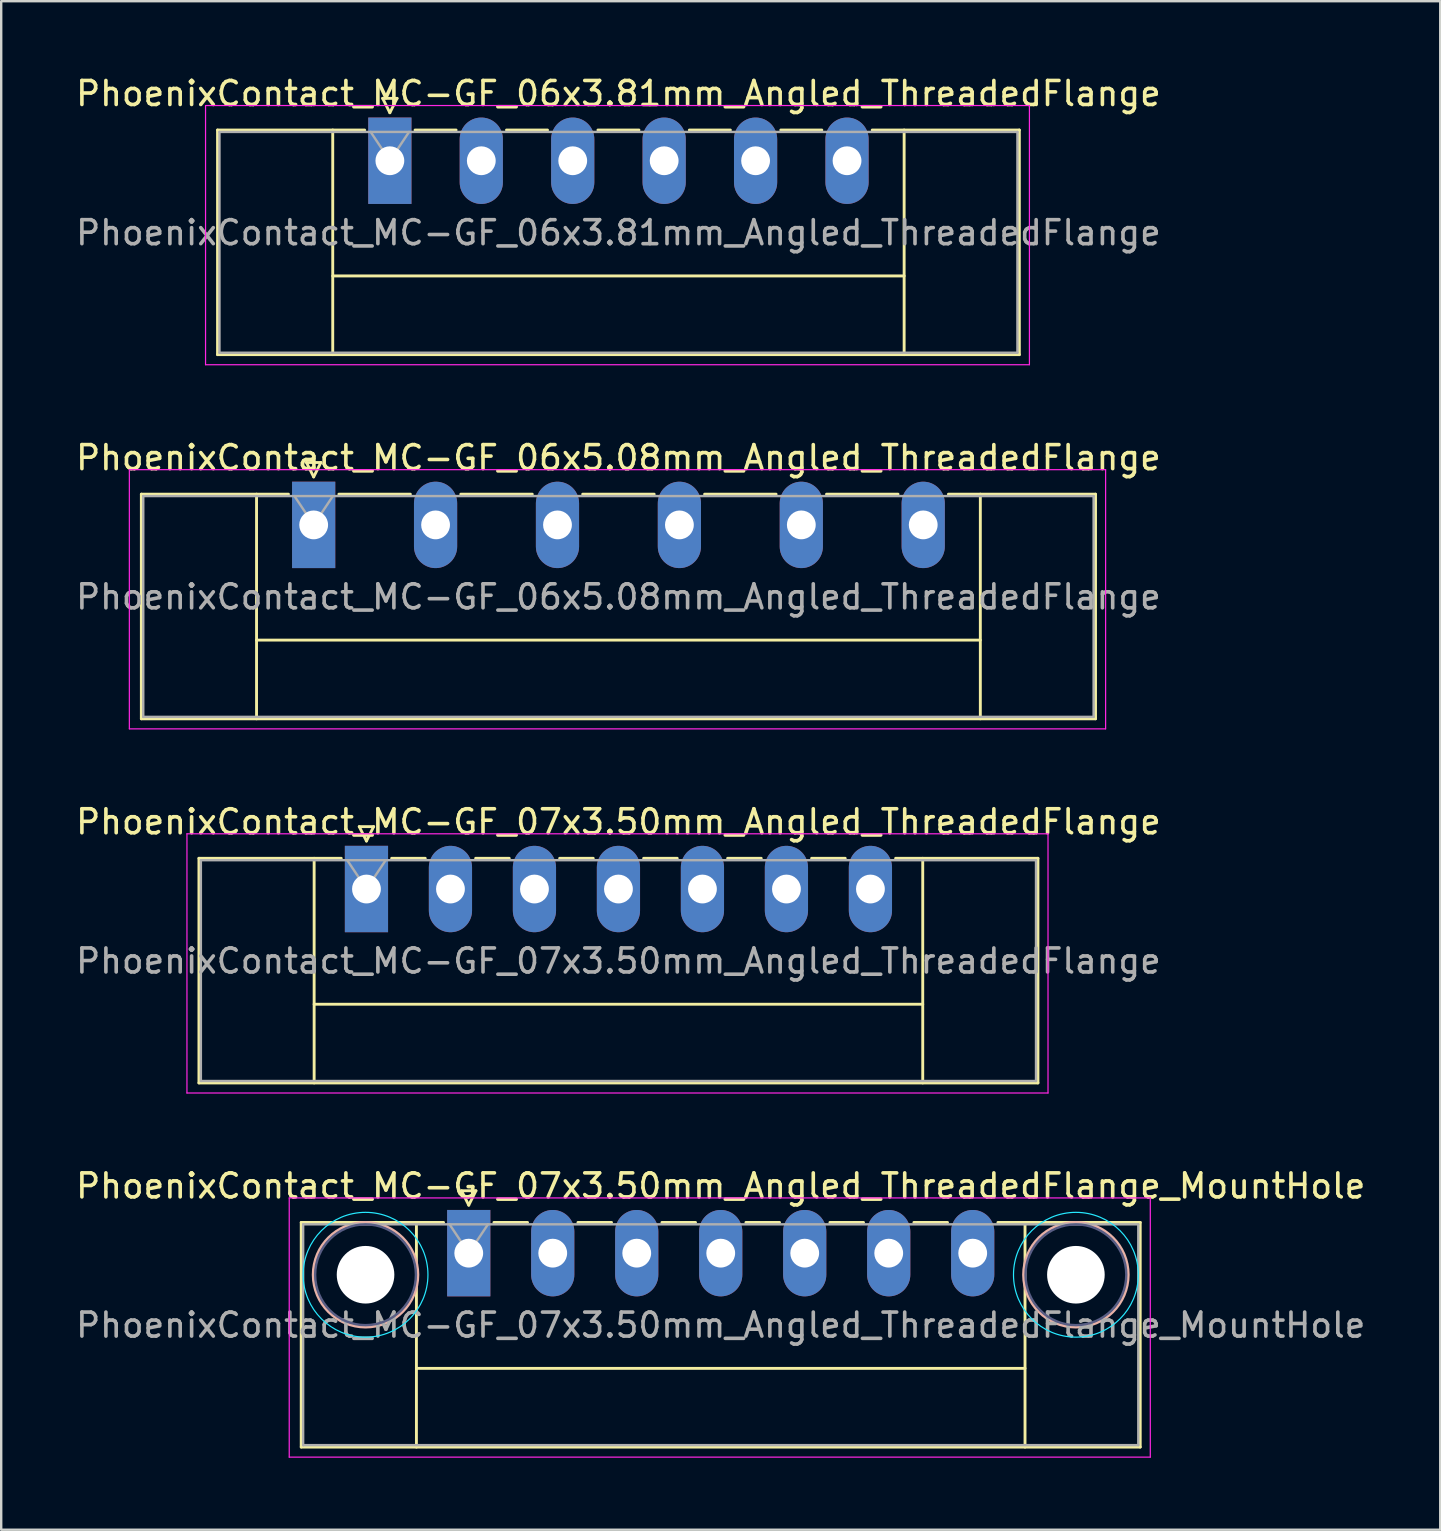
<source format=kicad_pcb>
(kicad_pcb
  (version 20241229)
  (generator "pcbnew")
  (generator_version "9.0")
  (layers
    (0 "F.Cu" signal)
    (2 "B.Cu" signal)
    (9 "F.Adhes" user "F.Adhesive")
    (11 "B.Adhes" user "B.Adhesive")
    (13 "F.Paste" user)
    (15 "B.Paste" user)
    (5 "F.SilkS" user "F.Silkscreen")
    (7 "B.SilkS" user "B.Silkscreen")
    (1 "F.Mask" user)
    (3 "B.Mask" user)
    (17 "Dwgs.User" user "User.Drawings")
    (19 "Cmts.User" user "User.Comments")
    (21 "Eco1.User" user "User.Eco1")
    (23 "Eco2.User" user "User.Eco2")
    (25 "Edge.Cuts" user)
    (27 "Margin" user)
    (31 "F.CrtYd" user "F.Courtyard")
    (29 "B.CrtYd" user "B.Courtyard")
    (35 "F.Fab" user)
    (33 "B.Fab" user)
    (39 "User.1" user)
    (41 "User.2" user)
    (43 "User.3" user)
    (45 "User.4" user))
  (footprint "PhoenixContact_MC-GF_06x3.81mm_Angled_ThreadedFlange"
    (layer "F.Cu")
    (at 13.195 3.648)
    (property "Reference" "PhoenixContact_MC-GF_06x3.81mm_Angled_ThreadedFlange" (at 9.525 -2.8 0) (layer "F.SilkS") (effects (font (size 1 1) (thickness 0.15))))
    (attr through_hole)
    (fp_line (start -7.18 -1.28) (end -7.18 8.08) (stroke (width 0.12) (type solid)) (layer "F.SilkS"))
    (fp_line (start -7.18 -1.28) (end -1.05 -1.28) (stroke (width 0.12) (type solid)) (layer "F.SilkS"))
    (fp_line (start -7.18 8.08) (end 26.23 8.08) (stroke (width 0.12) (type solid)) (layer "F.SilkS"))
    (fp_line (start -2.38 -1.28) (end -2.38 8.08) (stroke (width 0.12) (type solid)) (layer "F.SilkS"))
    (fp_line (start -2.38 4.8) (end 21.43 4.8) (stroke (width 0.12) (type solid)) (layer "F.SilkS"))
    (fp_line (start -0.3 -2.6) (end 0.3 -2.6) (stroke (width 0.12) (type solid)) (layer "F.SilkS"))
    (fp_line (start 0 -2) (end -0.3 -2.6) (stroke (width 0.12) (type solid)) (layer "F.SilkS"))
    (fp_line (start 0.3 -2.6) (end 0 -2) (stroke (width 0.12) (type solid)) (layer "F.SilkS"))
    (fp_line (start 1.05 -1.28) (end 2.76 -1.28) (stroke (width 0.12) (type solid)) (layer "F.SilkS"))
    (fp_line (start 4.86 -1.28) (end 6.57 -1.28) (stroke (width 0.12) (type solid)) (layer "F.SilkS"))
    (fp_line (start 8.67 -1.28) (end 10.38 -1.28) (stroke (width 0.12) (type solid)) (layer "F.SilkS"))
    (fp_line (start 12.48 -1.28) (end 14.19 -1.28) (stroke (width 0.12) (type solid)) (layer "F.SilkS"))
    (fp_line (start 16.29 -1.28) (end 18 -1.28) (stroke (width 0.12) (type solid)) (layer "F.SilkS"))
    (fp_line (start 21.43 -1.28) (end 21.43 8.08) (stroke (width 0.12) (type solid)) (layer "F.SilkS"))
    (fp_line (start 26.23 -1.28) (end 20.1 -1.28) (stroke (width 0.12) (type solid)) (layer "F.SilkS"))
    (fp_line (start 26.23 8.08) (end 26.23 -1.28) (stroke (width 0.12) (type solid)) (layer "F.SilkS"))
    (fp_line (start -7.68 -2.3) (end -7.68 8.5) (stroke (width 0.05) (type solid)) (layer "F.CrtYd"))
    (fp_line (start -7.68 8.5) (end 26.65 8.5) (stroke (width 0.05) (type solid)) (layer "F.CrtYd"))
    (fp_line (start 26.65 -2.3) (end -7.68 -2.3) (stroke (width 0.05) (type solid)) (layer "F.CrtYd"))
    (fp_line (start 26.65 8.5) (end 26.65 -2.3) (stroke (width 0.05) (type solid)) (layer "F.CrtYd"))
    (fp_line (start -7.1 -1.2) (end -7.1 8) (stroke (width 0.1) (type solid)) (layer "F.Fab"))
    (fp_line (start -7.1 8) (end 26.15 8) (stroke (width 0.1) (type solid)) (layer "F.Fab"))
    (fp_line (start 0 0) (end -0.8 -1.2) (stroke (width 0.1) (type solid)) (layer "F.Fab"))
    (fp_line (start 0.8 -1.2) (end 0 0) (stroke (width 0.1) (type solid)) (layer "F.Fab"))
    (fp_line (start 26.15 -1.2) (end -7.1 -1.2) (stroke (width 0.1) (type solid)) (layer "F.Fab"))
    (fp_line (start 26.15 8) (end 26.15 -1.2) (stroke (width 0.1) (type solid)) (layer "F.Fab"))
    (fp_text user "${REFERENCE}" (at 9.525 3 0) (layer "F.Fab") (effects (font (size 1 1) (thickness 0.15))))
    (pad "1" thru_hole rect (at 0 0) (size 1.8 3.6) (drill 1.2) (layers "*.Cu" "*.Mask"))
    (pad "2" thru_hole oval (at 3.81 0) (size 1.8 3.6) (drill 1.2) (layers "*.Cu" "*.Mask"))
    (pad "3" thru_hole oval (at 7.62 0) (size 1.8 3.6) (drill 1.2) (layers "*.Cu" "*.Mask"))
    (pad "4" thru_hole oval (at 11.43 0) (size 1.8 3.6) (drill 1.2) (layers "*.Cu" "*.Mask"))
    (pad "5" thru_hole oval (at 15.24 0) (size 1.8 3.6) (drill 1.2) (layers "*.Cu" "*.Mask"))
    (pad "6" thru_hole oval (at 19.05 0) (size 1.8 3.6) (drill 1.2) (layers "*.Cu" "*.Mask")))
  (footprint "PhoenixContact_MC-GF_06x5.08mm_Angled_ThreadedFlange"
    (layer "F.Cu")
    (at 10.02 18.822)
    (property "Reference" "PhoenixContact_MC-GF_06x5.08mm_Angled_ThreadedFlange" (at 12.7 -2.8 0) (layer "F.SilkS") (effects (font (size 1 1) (thickness 0.15))))
    (attr through_hole)
    (fp_line (start -7.18 -1.28) (end -7.18 8.08) (stroke (width 0.12) (type solid)) (layer "F.SilkS"))
    (fp_line (start -7.18 -1.28) (end -1.05 -1.28) (stroke (width 0.12) (type solid)) (layer "F.SilkS"))
    (fp_line (start -7.18 8.08) (end 32.58 8.08) (stroke (width 0.12) (type solid)) (layer "F.SilkS"))
    (fp_line (start -2.38 -1.28) (end -2.38 8.08) (stroke (width 0.12) (type solid)) (layer "F.SilkS"))
    (fp_line (start -2.38 4.8) (end 27.78 4.8) (stroke (width 0.12) (type solid)) (layer "F.SilkS"))
    (fp_line (start -0.3 -2.6) (end 0.3 -2.6) (stroke (width 0.12) (type solid)) (layer "F.SilkS"))
    (fp_line (start 0 -2) (end -0.3 -2.6) (stroke (width 0.12) (type solid)) (layer "F.SilkS"))
    (fp_line (start 0.3 -2.6) (end 0 -2) (stroke (width 0.12) (type solid)) (layer "F.SilkS"))
    (fp_line (start 1.05 -1.28) (end 4.03 -1.28) (stroke (width 0.12) (type solid)) (layer "F.SilkS"))
    (fp_line (start 6.13 -1.28) (end 9.11 -1.28) (stroke (width 0.12) (type solid)) (layer "F.SilkS"))
    (fp_line (start 11.21 -1.28) (end 14.19 -1.28) (stroke (width 0.12) (type solid)) (layer "F.SilkS"))
    (fp_line (start 16.29 -1.28) (end 19.27 -1.28) (stroke (width 0.12) (type solid)) (layer "F.SilkS"))
    (fp_line (start 21.37 -1.28) (end 24.35 -1.28) (stroke (width 0.12) (type solid)) (layer "F.SilkS"))
    (fp_line (start 27.78 -1.28) (end 27.78 8.08) (stroke (width 0.12) (type solid)) (layer "F.SilkS"))
    (fp_line (start 32.58 -1.28) (end 26.45 -1.28) (stroke (width 0.12) (type solid)) (layer "F.SilkS"))
    (fp_line (start 32.58 8.08) (end 32.58 -1.28) (stroke (width 0.12) (type solid)) (layer "F.SilkS"))
    (fp_line (start -7.68 -2.3) (end -7.68 8.5) (stroke (width 0.05) (type solid)) (layer "F.CrtYd"))
    (fp_line (start -7.68 8.5) (end 33 8.5) (stroke (width 0.05) (type solid)) (layer "F.CrtYd"))
    (fp_line (start 33 -2.3) (end -7.68 -2.3) (stroke (width 0.05) (type solid)) (layer "F.CrtYd"))
    (fp_line (start 33 8.5) (end 33 -2.3) (stroke (width 0.05) (type solid)) (layer "F.CrtYd"))
    (fp_line (start -7.1 -1.2) (end -7.1 8) (stroke (width 0.1) (type solid)) (layer "F.Fab"))
    (fp_line (start -7.1 8) (end 32.5 8) (stroke (width 0.1) (type solid)) (layer "F.Fab"))
    (fp_line (start 0 0) (end -0.8 -1.2) (stroke (width 0.1) (type solid)) (layer "F.Fab"))
    (fp_line (start 0.8 -1.2) (end 0 0) (stroke (width 0.1) (type solid)) (layer "F.Fab"))
    (fp_line (start 32.5 -1.2) (end -7.1 -1.2) (stroke (width 0.1) (type solid)) (layer "F.Fab"))
    (fp_line (start 32.5 8) (end 32.5 -1.2) (stroke (width 0.1) (type solid)) (layer "F.Fab"))
    (fp_text user "${REFERENCE}" (at 12.7 3 0) (layer "F.Fab") (effects (font (size 1 1) (thickness 0.15))))
    (pad "1" thru_hole rect (at 0 0) (size 1.8 3.6) (drill 1.2) (layers "*.Cu" "*.Mask"))
    (pad "2" thru_hole oval (at 5.08 0) (size 1.8 3.6) (drill 1.2) (layers "*.Cu" "*.Mask"))
    (pad "3" thru_hole oval (at 10.16 0) (size 1.8 3.6) (drill 1.2) (layers "*.Cu" "*.Mask"))
    (pad "4" thru_hole oval (at 15.24 0) (size 1.8 3.6) (drill 1.2) (layers "*.Cu" "*.Mask"))
    (pad "5" thru_hole oval (at 20.32 0) (size 1.8 3.6) (drill 1.2) (layers "*.Cu" "*.Mask"))
    (pad "6" thru_hole oval (at 25.4 0) (size 1.8 3.6) (drill 1.2) (layers "*.Cu" "*.Mask")))
  (footprint "PhoenixContact_MC-GF_07x3.50mm_Angled_ThreadedFlange"
    (layer "F.Cu")
    (at 12.22 33.995)
    (property "Reference" "PhoenixContact_MC-GF_07x3.50mm_Angled_ThreadedFlange" (at 10.5 -2.8 0) (layer "F.SilkS") (effects (font (size 1 1) (thickness 0.15))))
    (attr through_hole)
    (fp_line (start -6.98 -1.28) (end -6.98 8.08) (stroke (width 0.12) (type solid)) (layer "F.SilkS"))
    (fp_line (start -6.98 -1.28) (end -1.05 -1.28) (stroke (width 0.12) (type solid)) (layer "F.SilkS"))
    (fp_line (start -6.98 8.08) (end 27.98 8.08) (stroke (width 0.12) (type solid)) (layer "F.SilkS"))
    (fp_line (start -2.18 -1.28) (end -2.18 8.08) (stroke (width 0.12) (type solid)) (layer "F.SilkS"))
    (fp_line (start -2.18 4.8) (end 23.18 4.8) (stroke (width 0.12) (type solid)) (layer "F.SilkS"))
    (fp_line (start -0.3 -2.6) (end 0.3 -2.6) (stroke (width 0.12) (type solid)) (layer "F.SilkS"))
    (fp_line (start 0 -2) (end -0.3 -2.6) (stroke (width 0.12) (type solid)) (layer "F.SilkS"))
    (fp_line (start 0.3 -2.6) (end 0 -2) (stroke (width 0.12) (type solid)) (layer "F.SilkS"))
    (fp_line (start 1.05 -1.28) (end 2.45 -1.28) (stroke (width 0.12) (type solid)) (layer "F.SilkS"))
    (fp_line (start 4.55 -1.28) (end 5.95 -1.28) (stroke (width 0.12) (type solid)) (layer "F.SilkS"))
    (fp_line (start 8.05 -1.28) (end 9.45 -1.28) (stroke (width 0.12) (type solid)) (layer "F.SilkS"))
    (fp_line (start 11.55 -1.28) (end 12.95 -1.28) (stroke (width 0.12) (type solid)) (layer "F.SilkS"))
    (fp_line (start 15.05 -1.28) (end 16.45 -1.28) (stroke (width 0.12) (type solid)) (layer "F.SilkS"))
    (fp_line (start 18.55 -1.28) (end 19.95 -1.28) (stroke (width 0.12) (type solid)) (layer "F.SilkS"))
    (fp_line (start 23.18 -1.28) (end 23.18 8.08) (stroke (width 0.12) (type solid)) (layer "F.SilkS"))
    (fp_line (start 27.98 -1.28) (end 22.05 -1.28) (stroke (width 0.12) (type solid)) (layer "F.SilkS"))
    (fp_line (start 27.98 8.08) (end 27.98 -1.28) (stroke (width 0.12) (type solid)) (layer "F.SilkS"))
    (fp_line (start -7.48 -2.3) (end -7.48 8.5) (stroke (width 0.05) (type solid)) (layer "F.CrtYd"))
    (fp_line (start -7.48 8.5) (end 28.4 8.5) (stroke (width 0.05) (type solid)) (layer "F.CrtYd"))
    (fp_line (start 28.4 -2.3) (end -7.48 -2.3) (stroke (width 0.05) (type solid)) (layer "F.CrtYd"))
    (fp_line (start 28.4 8.5) (end 28.4 -2.3) (stroke (width 0.05) (type solid)) (layer "F.CrtYd"))
    (fp_line (start -6.9 -1.2) (end -6.9 8) (stroke (width 0.1) (type solid)) (layer "F.Fab"))
    (fp_line (start -6.9 8) (end 27.9 8) (stroke (width 0.1) (type solid)) (layer "F.Fab"))
    (fp_line (start 0 0) (end -0.8 -1.2) (stroke (width 0.1) (type solid)) (layer "F.Fab"))
    (fp_line (start 0.8 -1.2) (end 0 0) (stroke (width 0.1) (type solid)) (layer "F.Fab"))
    (fp_line (start 27.9 -1.2) (end -6.9 -1.2) (stroke (width 0.1) (type solid)) (layer "F.Fab"))
    (fp_line (start 27.9 8) (end 27.9 -1.2) (stroke (width 0.1) (type solid)) (layer "F.Fab"))
    (fp_text user "${REFERENCE}" (at 10.5 3 0) (layer "F.Fab") (effects (font (size 1 1) (thickness 0.15))))
    (pad "1" thru_hole rect (at 0 0) (size 1.8 3.6) (drill 1.2) (layers "*.Cu" "*.Mask"))
    (pad "2" thru_hole oval (at 3.5 0) (size 1.8 3.6) (drill 1.2) (layers "*.Cu" "*.Mask"))
    (pad "3" thru_hole oval (at 7 0) (size 1.8 3.6) (drill 1.2) (layers "*.Cu" "*.Mask"))
    (pad "4" thru_hole oval (at 10.5 0) (size 1.8 3.6) (drill 1.2) (layers "*.Cu" "*.Mask"))
    (pad "5" thru_hole oval (at 14 0) (size 1.8 3.6) (drill 1.2) (layers "*.Cu" "*.Mask"))
    (pad "6" thru_hole oval (at 17.5 0) (size 1.8 3.6) (drill 1.2) (layers "*.Cu" "*.Mask"))
    (pad "7" thru_hole oval (at 21 0) (size 1.8 3.6) (drill 1.2) (layers "*.Cu" "*.Mask")))
  (footprint "PhoenixContact_MC-GF_07x3.50mm_Angled_ThreadedFlange_MountHole"
    (layer "F.Cu")
    (at 16.482 49.168)
    (property "Reference" "PhoenixContact_MC-GF_07x3.50mm_Angled_ThreadedFlange_MountHole" (at 10.5 -2.8 0) (layer "F.SilkS") (effects (font (size 1 1) (thickness 0.15))))
    (attr through_hole)
    (fp_line (start -6.98 -1.28) (end -6.98 8.08) (stroke (width 0.12) (type solid)) (layer "F.SilkS"))
    (fp_line (start -6.98 -1.28) (end -1.05 -1.28) (stroke (width 0.12) (type solid)) (layer "F.SilkS"))
    (fp_line (start -6.98 8.08) (end 27.98 8.08) (stroke (width 0.12) (type solid)) (layer "F.SilkS"))
    (fp_line (start -2.18 -1.28) (end -2.18 8.08) (stroke (width 0.12) (type solid)) (layer "F.SilkS"))
    (fp_line (start -2.18 4.8) (end 23.18 4.8) (stroke (width 0.12) (type solid)) (layer "F.SilkS"))
    (fp_line (start -0.3 -2.6) (end 0.3 -2.6) (stroke (width 0.12) (type solid)) (layer "F.SilkS"))
    (fp_line (start 0 -2) (end -0.3 -2.6) (stroke (width 0.12) (type solid)) (layer "F.SilkS"))
    (fp_line (start 0.3 -2.6) (end 0 -2) (stroke (width 0.12) (type solid)) (layer "F.SilkS"))
    (fp_line (start 1.05 -1.28) (end 2.45 -1.28) (stroke (width 0.12) (type solid)) (layer "F.SilkS"))
    (fp_line (start 4.55 -1.28) (end 5.95 -1.28) (stroke (width 0.12) (type solid)) (layer "F.SilkS"))
    (fp_line (start 8.05 -1.28) (end 9.45 -1.28) (stroke (width 0.12) (type solid)) (layer "F.SilkS"))
    (fp_line (start 11.55 -1.28) (end 12.95 -1.28) (stroke (width 0.12) (type solid)) (layer "F.SilkS"))
    (fp_line (start 15.05 -1.28) (end 16.45 -1.28) (stroke (width 0.12) (type solid)) (layer "F.SilkS"))
    (fp_line (start 18.55 -1.28) (end 19.95 -1.28) (stroke (width 0.12) (type solid)) (layer "F.SilkS"))
    (fp_line (start 23.18 -1.28) (end 23.18 8.08) (stroke (width 0.12) (type solid)) (layer "F.SilkS"))
    (fp_line (start 27.98 -1.28) (end 22.05 -1.28) (stroke (width 0.12) (type solid)) (layer "F.SilkS"))
    (fp_line (start 27.98 8.08) (end 27.98 -1.28) (stroke (width 0.12) (type solid)) (layer "F.SilkS"))
    (fp_circle (center -4.3 0.9) (end -2.12 0.9) (stroke (width 0.12) (type solid)) (fill no) (layer "B.SilkS"))
    (fp_circle (center 25.3 0.9) (end 27.48 0.9) (stroke (width 0.12) (type solid)) (fill no) (layer "B.SilkS"))
    (fp_circle (center -4.3 0.9) (end -1.7 0.9) (stroke (width 0.05) (type solid)) (fill no) (layer "B.CrtYd"))
    (fp_circle (center 25.3 0.9) (end 27.9 0.9) (stroke (width 0.05) (type solid)) (fill no) (layer "B.CrtYd"))
    (fp_line (start -7.48 -2.3) (end -7.48 8.5) (stroke (width 0.05) (type solid)) (layer "F.CrtYd"))
    (fp_line (start -7.48 8.5) (end 28.4 8.5) (stroke (width 0.05) (type solid)) (layer "F.CrtYd"))
    (fp_line (start 28.4 -2.3) (end -7.48 -2.3) (stroke (width 0.05) (type solid)) (layer "F.CrtYd"))
    (fp_line (start 28.4 8.5) (end 28.4 -2.3) (stroke (width 0.05) (type solid)) (layer "F.CrtYd"))
    (fp_circle (center -4.3 0.9) (end -2.2 0.9) (stroke (width 0.1) (type solid)) (fill no) (layer "B.Fab"))
    (fp_circle (center 25.3 0.9) (end 27.4 0.9) (stroke (width 0.1) (type solid)) (fill no) (layer "B.Fab"))
    (fp_line (start -6.9 -1.2) (end -6.9 8) (stroke (width 0.1) (type solid)) (layer "F.Fab"))
    (fp_line (start -6.9 8) (end 27.9 8) (stroke (width 0.1) (type solid)) (layer "F.Fab"))
    (fp_line (start 0 0) (end -0.8 -1.2) (stroke (width 0.1) (type solid)) (layer "F.Fab"))
    (fp_line (start 0.8 -1.2) (end 0 0) (stroke (width 0.1) (type solid)) (layer "F.Fab"))
    (fp_line (start 27.9 -1.2) (end -6.9 -1.2) (stroke (width 0.1) (type solid)) (layer "F.Fab"))
    (fp_line (start 27.9 8) (end 27.9 -1.2) (stroke (width 0.1) (type solid)) (layer "F.Fab"))
    (fp_text user "${REFERENCE}" (at 10.5 3 0) (layer "F.Fab") (effects (font (size 1 1) (thickness 0.15))))
    (pad "" np_thru_hole circle (at -4.3 0.9) (size 2.4 2.4) (drill 2.4) (layers "*.Cu" "*.Mask"))
    (pad "" np_thru_hole circle (at 25.3 0.9) (size 2.4 2.4) (drill 2.4) (layers "*.Cu" "*.Mask"))
    (pad "1" thru_hole rect (at 0 0) (size 1.8 3.6) (drill 1.2) (layers "*.Cu" "*.Mask"))
    (pad "2" thru_hole oval (at 3.5 0) (size 1.8 3.6) (drill 1.2) (layers "*.Cu" "*.Mask"))
    (pad "3" thru_hole oval (at 7 0) (size 1.8 3.6) (drill 1.2) (layers "*.Cu" "*.Mask"))
    (pad "4" thru_hole oval (at 10.5 0) (size 1.8 3.6) (drill 1.2) (layers "*.Cu" "*.Mask"))
    (pad "5" thru_hole oval (at 14 0) (size 1.8 3.6) (drill 1.2) (layers "*.Cu" "*.Mask"))
    (pad "6" thru_hole oval (at 17.5 0) (size 1.8 3.6) (drill 1.2) (layers "*.Cu" "*.Mask"))
    (pad "7" thru_hole oval (at 21 0) (size 1.8 3.6) (drill 1.2) (layers "*.Cu" "*.Mask")))
  (gr_rect
    (start -3 -3)
    (end 56.964 60.693)
    (stroke (width 0.1) (type default))
    (fill no)
    (layer "Edge.Cuts")))
</source>
